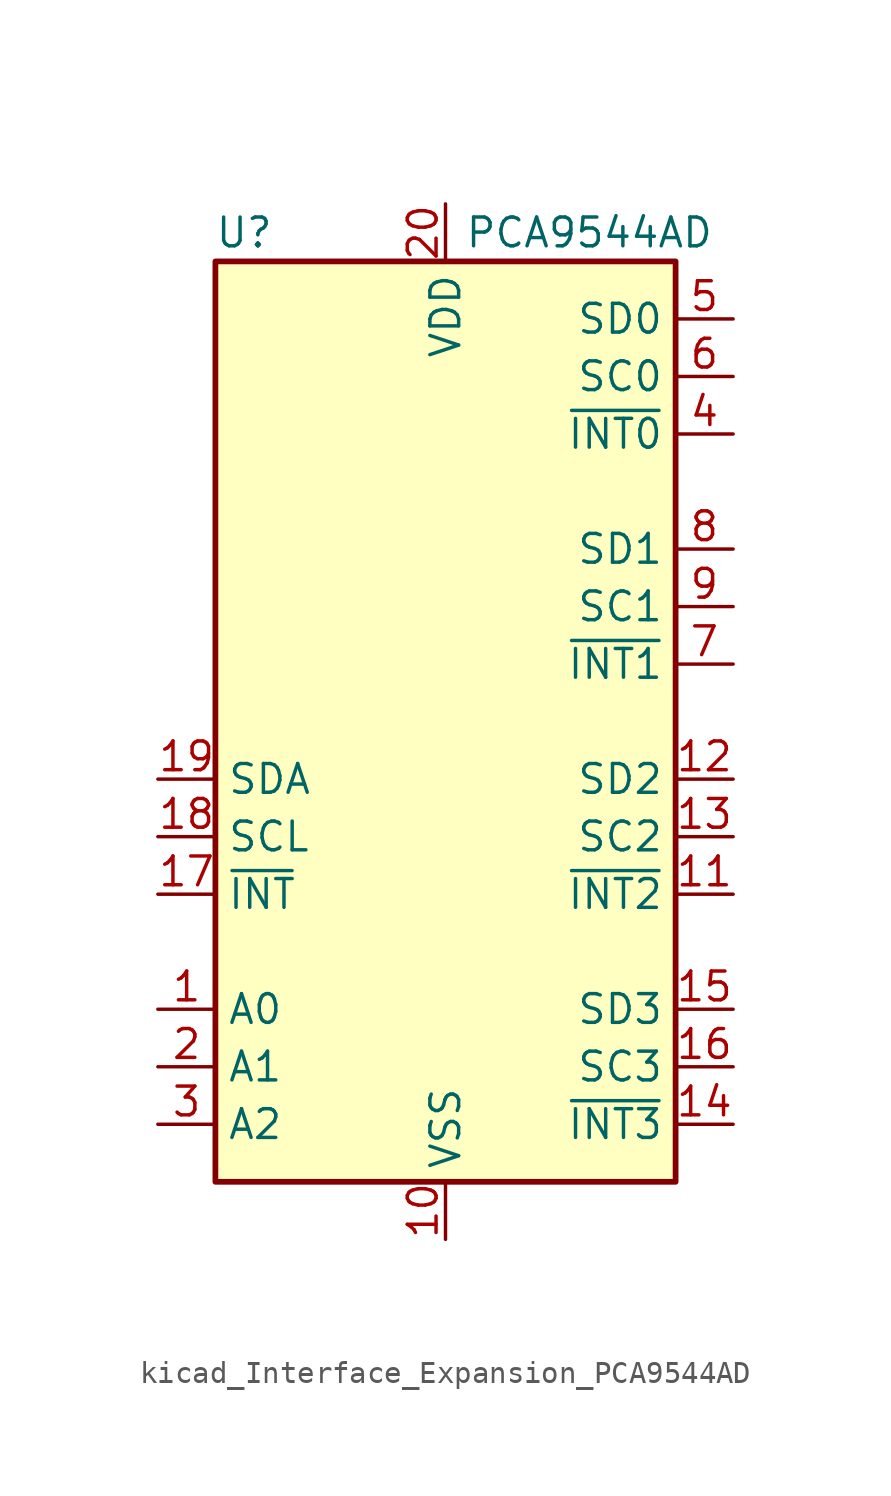
<source format=kicad_sym>
(kicad_symbol_lib
  (version 20220914)
  (generator kicad_symbol_editor)
  (symbol "kicad_Interface_Expansion_PCA9544AD"
    (property "Reference" "U"
      (at -8.89 21.59 0)
      (effects (font (size 1.27 1.27))))
    (property "Value" "PCA9544AD"
      (at 6.35 21.59 0)
      (effects (font (size 1.27 1.27))))
    (symbol "kicad_Interface_Expansion_PCA9544AD_0_1"
      (rectangle (start 10.16 20.32) (end -10.16 -20.32) (stroke (width 0.254) (type default)) (fill (type background))))
    (symbol "kicad_Interface_Expansion_PCA9544AD_1_1"
      (pin input line (at -12.7 -12.7 0) (length 2.54) (name "A0" (effects (font (size 1.27 1.27)))) (number "1" (effects (font (size 1.27 1.27)))))
      (pin power_in line (at 0 -22.86 90) (length 2.54) (name "VSS" (effects (font (size 1.27 1.27)))) (number "10" (effects (font (size 1.27 1.27)))))
      (pin input line (at 12.7 -7.62 180) (length 2.54) (name "~{INT2}" (effects (font (size 1.27 1.27)))) (number "11" (effects (font (size 1.27 1.27)))))
      (pin bidirectional line (at 12.7 -2.54 180) (length 2.54) (name "SD2" (effects (font (size 1.27 1.27)))) (number "12" (effects (font (size 1.27 1.27)))))
      (pin output line (at 12.7 -5.08 180) (length 2.54) (name "SC2" (effects (font (size 1.27 1.27)))) (number "13" (effects (font (size 1.27 1.27)))))
      (pin input line (at 12.7 -17.78 180) (length 2.54) (name "~{INT3}" (effects (font (size 1.27 1.27)))) (number "14" (effects (font (size 1.27 1.27)))))
      (pin bidirectional line (at 12.7 -12.7 180) (length 2.54) (name "SD3" (effects (font (size 1.27 1.27)))) (number "15" (effects (font (size 1.27 1.27)))))
      (pin output line (at 12.7 -15.24 180) (length 2.54) (name "SC3" (effects (font (size 1.27 1.27)))) (number "16" (effects (font (size 1.27 1.27)))))
      (pin open_collector line (at -12.7 -7.62 0) (length 2.54) (name "~{INT}" (effects (font (size 1.27 1.27)))) (number "17" (effects (font (size 1.27 1.27)))))
      (pin input line (at -12.7 -5.08 0) (length 2.54) (name "SCL" (effects (font (size 1.27 1.27)))) (number "18" (effects (font (size 1.27 1.27)))))
      (pin bidirectional line (at -12.7 -2.54 0) (length 2.54) (name "SDA" (effects (font (size 1.27 1.27)))) (number "19" (effects (font (size 1.27 1.27)))))
      (pin input line (at -12.7 -15.24 0) (length 2.54) (name "A1" (effects (font (size 1.27 1.27)))) (number "2" (effects (font (size 1.27 1.27)))))
      (pin power_in line (at 0 22.86 270) (length 2.54) (name "VDD" (effects (font (size 1.27 1.27)))) (number "20" (effects (font (size 1.27 1.27)))))
      (pin input line (at -12.7 -17.78 0) (length 2.54) (name "A2" (effects (font (size 1.27 1.27)))) (number "3" (effects (font (size 1.27 1.27)))))
      (pin input line (at 12.7 12.7 180) (length 2.54) (name "~{INT0}" (effects (font (size 1.27 1.27)))) (number "4" (effects (font (size 1.27 1.27)))))
      (pin bidirectional line (at 12.7 17.78 180) (length 2.54) (name "SD0" (effects (font (size 1.27 1.27)))) (number "5" (effects (font (size 1.27 1.27)))))
      (pin output line (at 12.7 15.24 180) (length 2.54) (name "SC0" (effects (font (size 1.27 1.27)))) (number "6" (effects (font (size 1.27 1.27)))))
      (pin input line (at 12.7 2.54 180) (length 2.54) (name "~{INT1}" (effects (font (size 1.27 1.27)))) (number "7" (effects (font (size 1.27 1.27)))))
      (pin bidirectional line (at 12.7 7.62 180) (length 2.54) (name "SD1" (effects (font (size 1.27 1.27)))) (number "8" (effects (font (size 1.27 1.27)))))
      (pin output line (at 12.7 5.08 180) (length 2.54) (name "SC1" (effects (font (size 1.27 1.27)))) (number "9" (effects (font (size 1.27 1.27))))))))
</source>
